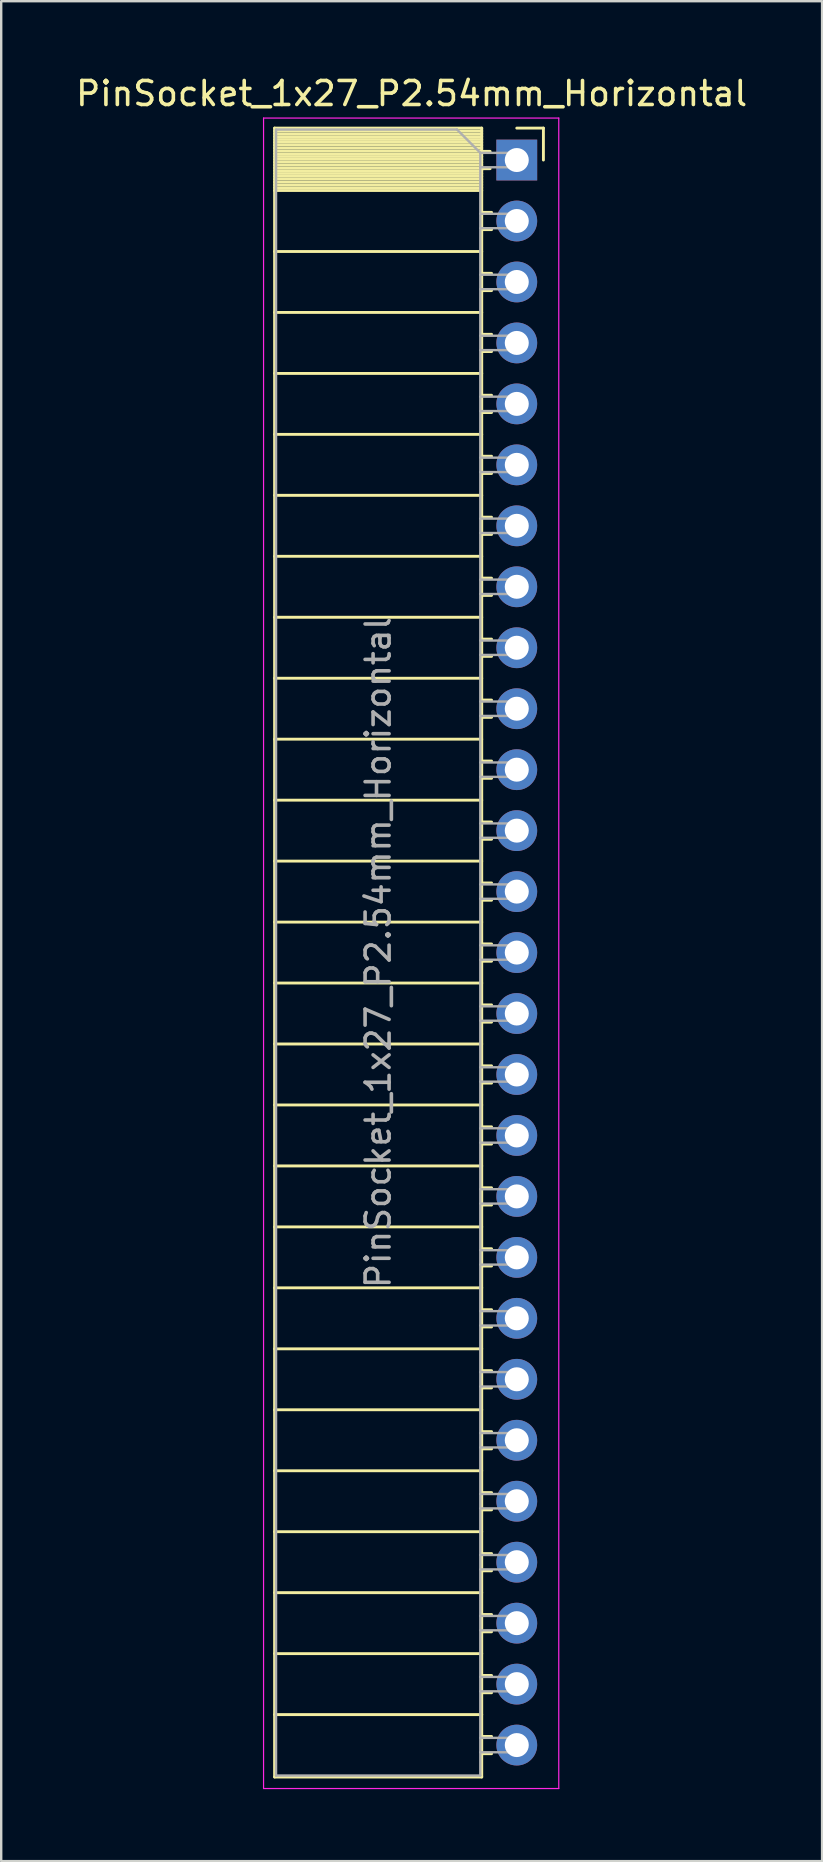
<source format=kicad_pcb>
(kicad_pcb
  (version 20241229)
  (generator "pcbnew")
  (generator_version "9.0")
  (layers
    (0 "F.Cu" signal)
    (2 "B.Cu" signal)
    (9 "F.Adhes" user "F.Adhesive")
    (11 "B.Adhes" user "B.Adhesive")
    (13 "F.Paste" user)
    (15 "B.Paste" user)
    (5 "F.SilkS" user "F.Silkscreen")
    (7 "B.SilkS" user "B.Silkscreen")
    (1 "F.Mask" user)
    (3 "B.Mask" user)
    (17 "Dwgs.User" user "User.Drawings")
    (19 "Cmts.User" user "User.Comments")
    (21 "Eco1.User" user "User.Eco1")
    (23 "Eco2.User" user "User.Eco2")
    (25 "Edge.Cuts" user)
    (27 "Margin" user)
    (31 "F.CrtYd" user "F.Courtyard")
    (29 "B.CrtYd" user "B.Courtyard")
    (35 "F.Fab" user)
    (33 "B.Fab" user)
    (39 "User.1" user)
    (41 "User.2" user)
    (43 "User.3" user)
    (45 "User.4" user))
  (footprint "PinSocket_1x27_P2.54mm_Horizontal"
    (layer "F.Cu")
    (at 18.481 3.618)
    (property "Reference" "PinSocket_1x27_P2.54mm_Horizontal" (at -4.38 -2.77 0) (layer "F.SilkS") (effects (font (size 1 1) (thickness 0.15))))
    (attr through_hole)
    (fp_line (start -10.09 -1.33) (end -10.09 67.37) (stroke (width 0.12) (type solid)) (layer "F.SilkS"))
    (fp_line (start -10.09 -1.33) (end -1.46 -1.33) (stroke (width 0.12) (type solid)) (layer "F.SilkS"))
    (fp_line (start -10.09 -1.21) (end -1.46 -1.21) (stroke (width 0.12) (type solid)) (layer "F.SilkS"))
    (fp_line (start -10.09 -1.092) (end -1.46 -1.092) (stroke (width 0.12) (type solid)) (layer "F.SilkS"))
    (fp_line (start -10.09 -0.974) (end -1.46 -0.974) (stroke (width 0.12) (type solid)) (layer "F.SilkS"))
    (fp_line (start -10.09 -0.856) (end -1.46 -0.856) (stroke (width 0.12) (type solid)) (layer "F.SilkS"))
    (fp_line (start -10.09 -0.738) (end -1.46 -0.738) (stroke (width 0.12) (type solid)) (layer "F.SilkS"))
    (fp_line (start -10.09 -0.62) (end -1.46 -0.62) (stroke (width 0.12) (type solid)) (layer "F.SilkS"))
    (fp_line (start -10.09 -0.501) (end -1.46 -0.501) (stroke (width 0.12) (type solid)) (layer "F.SilkS"))
    (fp_line (start -10.09 -0.383) (end -1.46 -0.383) (stroke (width 0.12) (type solid)) (layer "F.SilkS"))
    (fp_line (start -10.09 -0.265) (end -1.46 -0.265) (stroke (width 0.12) (type solid)) (layer "F.SilkS"))
    (fp_line (start -10.09 -0.147) (end -1.46 -0.147) (stroke (width 0.12) (type solid)) (layer "F.SilkS"))
    (fp_line (start -10.09 -0.029) (end -1.46 -0.029) (stroke (width 0.12) (type solid)) (layer "F.SilkS"))
    (fp_line (start -10.09 0.089) (end -1.46 0.089) (stroke (width 0.12) (type solid)) (layer "F.SilkS"))
    (fp_line (start -10.09 0.207) (end -1.46 0.207) (stroke (width 0.12) (type solid)) (layer "F.SilkS"))
    (fp_line (start -10.09 0.325) (end -1.46 0.325) (stroke (width 0.12) (type solid)) (layer "F.SilkS"))
    (fp_line (start -10.09 0.443) (end -1.46 0.443) (stroke (width 0.12) (type solid)) (layer "F.SilkS"))
    (fp_line (start -10.09 0.561) (end -1.46 0.561) (stroke (width 0.12) (type solid)) (layer "F.SilkS"))
    (fp_line (start -10.09 0.68) (end -1.46 0.68) (stroke (width 0.12) (type solid)) (layer "F.SilkS"))
    (fp_line (start -10.09 0.798) (end -1.46 0.798) (stroke (width 0.12) (type solid)) (layer "F.SilkS"))
    (fp_line (start -10.09 0.916) (end -1.46 0.916) (stroke (width 0.12) (type solid)) (layer "F.SilkS"))
    (fp_line (start -10.09 1.034) (end -1.46 1.034) (stroke (width 0.12) (type solid)) (layer "F.SilkS"))
    (fp_line (start -10.09 1.152) (end -1.46 1.152) (stroke (width 0.12) (type solid)) (layer "F.SilkS"))
    (fp_line (start -10.09 1.27) (end -1.46 1.27) (stroke (width 0.12) (type solid)) (layer "F.SilkS"))
    (fp_line (start -10.09 3.81) (end -1.46 3.81) (stroke (width 0.12) (type solid)) (layer "F.SilkS"))
    (fp_line (start -10.09 6.35) (end -1.46 6.35) (stroke (width 0.12) (type solid)) (layer "F.SilkS"))
    (fp_line (start -10.09 8.89) (end -1.46 8.89) (stroke (width 0.12) (type solid)) (layer "F.SilkS"))
    (fp_line (start -10.09 11.43) (end -1.46 11.43) (stroke (width 0.12) (type solid)) (layer "F.SilkS"))
    (fp_line (start -10.09 13.97) (end -1.46 13.97) (stroke (width 0.12) (type solid)) (layer "F.SilkS"))
    (fp_line (start -10.09 16.51) (end -1.46 16.51) (stroke (width 0.12) (type solid)) (layer "F.SilkS"))
    (fp_line (start -10.09 19.05) (end -1.46 19.05) (stroke (width 0.12) (type solid)) (layer "F.SilkS"))
    (fp_line (start -10.09 21.59) (end -1.46 21.59) (stroke (width 0.12) (type solid)) (layer "F.SilkS"))
    (fp_line (start -10.09 24.13) (end -1.46 24.13) (stroke (width 0.12) (type solid)) (layer "F.SilkS"))
    (fp_line (start -10.09 26.67) (end -1.46 26.67) (stroke (width 0.12) (type solid)) (layer "F.SilkS"))
    (fp_line (start -10.09 29.21) (end -1.46 29.21) (stroke (width 0.12) (type solid)) (layer "F.SilkS"))
    (fp_line (start -10.09 31.75) (end -1.46 31.75) (stroke (width 0.12) (type solid)) (layer "F.SilkS"))
    (fp_line (start -10.09 34.29) (end -1.46 34.29) (stroke (width 0.12) (type solid)) (layer "F.SilkS"))
    (fp_line (start -10.09 36.83) (end -1.46 36.83) (stroke (width 0.12) (type solid)) (layer "F.SilkS"))
    (fp_line (start -10.09 39.37) (end -1.46 39.37) (stroke (width 0.12) (type solid)) (layer "F.SilkS"))
    (fp_line (start -10.09 41.91) (end -1.46 41.91) (stroke (width 0.12) (type solid)) (layer "F.SilkS"))
    (fp_line (start -10.09 44.45) (end -1.46 44.45) (stroke (width 0.12) (type solid)) (layer "F.SilkS"))
    (fp_line (start -10.09 46.99) (end -1.46 46.99) (stroke (width 0.12) (type solid)) (layer "F.SilkS"))
    (fp_line (start -10.09 49.53) (end -1.46 49.53) (stroke (width 0.12) (type solid)) (layer "F.SilkS"))
    (fp_line (start -10.09 52.07) (end -1.46 52.07) (stroke (width 0.12) (type solid)) (layer "F.SilkS"))
    (fp_line (start -10.09 54.61) (end -1.46 54.61) (stroke (width 0.12) (type solid)) (layer "F.SilkS"))
    (fp_line (start -10.09 57.15) (end -1.46 57.15) (stroke (width 0.12) (type solid)) (layer "F.SilkS"))
    (fp_line (start -10.09 59.69) (end -1.46 59.69) (stroke (width 0.12) (type solid)) (layer "F.SilkS"))
    (fp_line (start -10.09 62.23) (end -1.46 62.23) (stroke (width 0.12) (type solid)) (layer "F.SilkS"))
    (fp_line (start -10.09 64.77) (end -1.46 64.77) (stroke (width 0.12) (type solid)) (layer "F.SilkS"))
    (fp_line (start -10.09 67.37) (end -1.46 67.37) (stroke (width 0.12) (type solid)) (layer "F.SilkS"))
    (fp_line (start -1.46 -1.33) (end -1.46 67.37) (stroke (width 0.12) (type solid)) (layer "F.SilkS"))
    (fp_line (start -1.46 -0.36) (end -1.11 -0.36) (stroke (width 0.12) (type solid)) (layer "F.SilkS"))
    (fp_line (start -1.46 0.36) (end -1.11 0.36) (stroke (width 0.12) (type solid)) (layer "F.SilkS"))
    (fp_line (start -1.46 2.18) (end -1.05 2.18) (stroke (width 0.12) (type solid)) (layer "F.SilkS"))
    (fp_line (start -1.46 2.9) (end -1.05 2.9) (stroke (width 0.12) (type solid)) (layer "F.SilkS"))
    (fp_line (start -1.46 4.72) (end -1.05 4.72) (stroke (width 0.12) (type solid)) (layer "F.SilkS"))
    (fp_line (start -1.46 5.44) (end -1.05 5.44) (stroke (width 0.12) (type solid)) (layer "F.SilkS"))
    (fp_line (start -1.46 7.26) (end -1.05 7.26) (stroke (width 0.12) (type solid)) (layer "F.SilkS"))
    (fp_line (start -1.46 7.98) (end -1.05 7.98) (stroke (width 0.12) (type solid)) (layer "F.SilkS"))
    (fp_line (start -1.46 9.8) (end -1.05 9.8) (stroke (width 0.12) (type solid)) (layer "F.SilkS"))
    (fp_line (start -1.46 10.52) (end -1.05 10.52) (stroke (width 0.12) (type solid)) (layer "F.SilkS"))
    (fp_line (start -1.46 12.34) (end -1.05 12.34) (stroke (width 0.12) (type solid)) (layer "F.SilkS"))
    (fp_line (start -1.46 13.06) (end -1.05 13.06) (stroke (width 0.12) (type solid)) (layer "F.SilkS"))
    (fp_line (start -1.46 14.88) (end -1.05 14.88) (stroke (width 0.12) (type solid)) (layer "F.SilkS"))
    (fp_line (start -1.46 15.6) (end -1.05 15.6) (stroke (width 0.12) (type solid)) (layer "F.SilkS"))
    (fp_line (start -1.46 17.42) (end -1.05 17.42) (stroke (width 0.12) (type solid)) (layer "F.SilkS"))
    (fp_line (start -1.46 18.14) (end -1.05 18.14) (stroke (width 0.12) (type solid)) (layer "F.SilkS"))
    (fp_line (start -1.46 19.96) (end -1.05 19.96) (stroke (width 0.12) (type solid)) (layer "F.SilkS"))
    (fp_line (start -1.46 20.68) (end -1.05 20.68) (stroke (width 0.12) (type solid)) (layer "F.SilkS"))
    (fp_line (start -1.46 22.5) (end -1.05 22.5) (stroke (width 0.12) (type solid)) (layer "F.SilkS"))
    (fp_line (start -1.46 23.22) (end -1.05 23.22) (stroke (width 0.12) (type solid)) (layer "F.SilkS"))
    (fp_line (start -1.46 25.04) (end -1.05 25.04) (stroke (width 0.12) (type solid)) (layer "F.SilkS"))
    (fp_line (start -1.46 25.76) (end -1.05 25.76) (stroke (width 0.12) (type solid)) (layer "F.SilkS"))
    (fp_line (start -1.46 27.58) (end -1.05 27.58) (stroke (width 0.12) (type solid)) (layer "F.SilkS"))
    (fp_line (start -1.46 28.3) (end -1.05 28.3) (stroke (width 0.12) (type solid)) (layer "F.SilkS"))
    (fp_line (start -1.46 30.12) (end -1.05 30.12) (stroke (width 0.12) (type solid)) (layer "F.SilkS"))
    (fp_line (start -1.46 30.84) (end -1.05 30.84) (stroke (width 0.12) (type solid)) (layer "F.SilkS"))
    (fp_line (start -1.46 32.66) (end -1.05 32.66) (stroke (width 0.12) (type solid)) (layer "F.SilkS"))
    (fp_line (start -1.46 33.38) (end -1.05 33.38) (stroke (width 0.12) (type solid)) (layer "F.SilkS"))
    (fp_line (start -1.46 35.2) (end -1.05 35.2) (stroke (width 0.12) (type solid)) (layer "F.SilkS"))
    (fp_line (start -1.46 35.92) (end -1.05 35.92) (stroke (width 0.12) (type solid)) (layer "F.SilkS"))
    (fp_line (start -1.46 37.74) (end -1.05 37.74) (stroke (width 0.12) (type solid)) (layer "F.SilkS"))
    (fp_line (start -1.46 38.46) (end -1.05 38.46) (stroke (width 0.12) (type solid)) (layer "F.SilkS"))
    (fp_line (start -1.46 40.28) (end -1.05 40.28) (stroke (width 0.12) (type solid)) (layer "F.SilkS"))
    (fp_line (start -1.46 41) (end -1.05 41) (stroke (width 0.12) (type solid)) (layer "F.SilkS"))
    (fp_line (start -1.46 42.82) (end -1.05 42.82) (stroke (width 0.12) (type solid)) (layer "F.SilkS"))
    (fp_line (start -1.46 43.54) (end -1.05 43.54) (stroke (width 0.12) (type solid)) (layer "F.SilkS"))
    (fp_line (start -1.46 45.36) (end -1.05 45.36) (stroke (width 0.12) (type solid)) (layer "F.SilkS"))
    (fp_line (start -1.46 46.08) (end -1.05 46.08) (stroke (width 0.12) (type solid)) (layer "F.SilkS"))
    (fp_line (start -1.46 47.9) (end -1.05 47.9) (stroke (width 0.12) (type solid)) (layer "F.SilkS"))
    (fp_line (start -1.46 48.62) (end -1.05 48.62) (stroke (width 0.12) (type solid)) (layer "F.SilkS"))
    (fp_line (start -1.46 50.44) (end -1.05 50.44) (stroke (width 0.12) (type solid)) (layer "F.SilkS"))
    (fp_line (start -1.46 51.16) (end -1.05 51.16) (stroke (width 0.12) (type solid)) (layer "F.SilkS"))
    (fp_line (start -1.46 52.98) (end -1.05 52.98) (stroke (width 0.12) (type solid)) (layer "F.SilkS"))
    (fp_line (start -1.46 53.7) (end -1.05 53.7) (stroke (width 0.12) (type solid)) (layer "F.SilkS"))
    (fp_line (start -1.46 55.52) (end -1.05 55.52) (stroke (width 0.12) (type solid)) (layer "F.SilkS"))
    (fp_line (start -1.46 56.24) (end -1.05 56.24) (stroke (width 0.12) (type solid)) (layer "F.SilkS"))
    (fp_line (start -1.46 58.06) (end -1.05 58.06) (stroke (width 0.12) (type solid)) (layer "F.SilkS"))
    (fp_line (start -1.46 58.78) (end -1.05 58.78) (stroke (width 0.12) (type solid)) (layer "F.SilkS"))
    (fp_line (start -1.46 60.6) (end -1.05 60.6) (stroke (width 0.12) (type solid)) (layer "F.SilkS"))
    (fp_line (start -1.46 61.32) (end -1.05 61.32) (stroke (width 0.12) (type solid)) (layer "F.SilkS"))
    (fp_line (start -1.46 63.14) (end -1.05 63.14) (stroke (width 0.12) (type solid)) (layer "F.SilkS"))
    (fp_line (start -1.46 63.86) (end -1.05 63.86) (stroke (width 0.12) (type solid)) (layer "F.SilkS"))
    (fp_line (start -1.46 65.68) (end -1.05 65.68) (stroke (width 0.12) (type solid)) (layer "F.SilkS"))
    (fp_line (start -1.46 66.4) (end -1.05 66.4) (stroke (width 0.12) (type solid)) (layer "F.SilkS"))
    (fp_line (start 0 -1.33) (end 1.11 -1.33) (stroke (width 0.12) (type solid)) (layer "F.SilkS"))
    (fp_line (start 1.11 -1.33) (end 1.11 0) (stroke (width 0.12) (type solid)) (layer "F.SilkS"))
    (fp_line (start -10.55 -1.75) (end -10.55 67.85) (stroke (width 0.05) (type solid)) (layer "F.CrtYd"))
    (fp_line (start -10.55 67.85) (end 1.75 67.85) (stroke (width 0.05) (type solid)) (layer "F.CrtYd"))
    (fp_line (start 1.75 -1.75) (end -10.55 -1.75) (stroke (width 0.05) (type solid)) (layer "F.CrtYd"))
    (fp_line (start 1.75 67.85) (end 1.75 -1.75) (stroke (width 0.05) (type solid)) (layer "F.CrtYd"))
    (fp_line (start -10.03 -1.27) (end -2.49 -1.27) (stroke (width 0.1) (type solid)) (layer "F.Fab"))
    (fp_line (start -10.03 67.31) (end -10.03 -1.27) (stroke (width 0.1) (type solid)) (layer "F.Fab"))
    (fp_line (start -2.49 -1.27) (end -1.52 -0.3) (stroke (width 0.1) (type solid)) (layer "F.Fab"))
    (fp_line (start -1.52 -0.3) (end -1.52 67.31) (stroke (width 0.1) (type solid)) (layer "F.Fab"))
    (fp_line (start -1.52 0.3) (end 0 0.3) (stroke (width 0.1) (type solid)) (layer "F.Fab"))
    (fp_line (start -1.52 2.84) (end 0 2.84) (stroke (width 0.1) (type solid)) (layer "F.Fab"))
    (fp_line (start -1.52 5.38) (end 0 5.38) (stroke (width 0.1) (type solid)) (layer "F.Fab"))
    (fp_line (start -1.52 7.92) (end 0 7.92) (stroke (width 0.1) (type solid)) (layer "F.Fab"))
    (fp_line (start -1.52 10.46) (end 0 10.46) (stroke (width 0.1) (type solid)) (layer "F.Fab"))
    (fp_line (start -1.52 13) (end 0 13) (stroke (width 0.1) (type solid)) (layer "F.Fab"))
    (fp_line (start -1.52 15.54) (end 0 15.54) (stroke (width 0.1) (type solid)) (layer "F.Fab"))
    (fp_line (start -1.52 18.08) (end 0 18.08) (stroke (width 0.1) (type solid)) (layer "F.Fab"))
    (fp_line (start -1.52 20.62) (end 0 20.62) (stroke (width 0.1) (type solid)) (layer "F.Fab"))
    (fp_line (start -1.52 23.16) (end 0 23.16) (stroke (width 0.1) (type solid)) (layer "F.Fab"))
    (fp_line (start -1.52 25.7) (end 0 25.7) (stroke (width 0.1) (type solid)) (layer "F.Fab"))
    (fp_line (start -1.52 28.24) (end 0 28.24) (stroke (width 0.1) (type solid)) (layer "F.Fab"))
    (fp_line (start -1.52 30.78) (end 0 30.78) (stroke (width 0.1) (type solid)) (layer "F.Fab"))
    (fp_line (start -1.52 33.32) (end 0 33.32) (stroke (width 0.1) (type solid)) (layer "F.Fab"))
    (fp_line (start -1.52 35.86) (end 0 35.86) (stroke (width 0.1) (type solid)) (layer "F.Fab"))
    (fp_line (start -1.52 38.4) (end 0 38.4) (stroke (width 0.1) (type solid)) (layer "F.Fab"))
    (fp_line (start -1.52 40.94) (end 0 40.94) (stroke (width 0.1) (type solid)) (layer "F.Fab"))
    (fp_line (start -1.52 43.48) (end 0 43.48) (stroke (width 0.1) (type solid)) (layer "F.Fab"))
    (fp_line (start -1.52 46.02) (end 0 46.02) (stroke (width 0.1) (type solid)) (layer "F.Fab"))
    (fp_line (start -1.52 48.56) (end 0 48.56) (stroke (width 0.1) (type solid)) (layer "F.Fab"))
    (fp_line (start -1.52 51.1) (end 0 51.1) (stroke (width 0.1) (type solid)) (layer "F.Fab"))
    (fp_line (start -1.52 53.64) (end 0 53.64) (stroke (width 0.1) (type solid)) (layer "F.Fab"))
    (fp_line (start -1.52 56.18) (end 0 56.18) (stroke (width 0.1) (type solid)) (layer "F.Fab"))
    (fp_line (start -1.52 58.72) (end 0 58.72) (stroke (width 0.1) (type solid)) (layer "F.Fab"))
    (fp_line (start -1.52 61.26) (end 0 61.26) (stroke (width 0.1) (type solid)) (layer "F.Fab"))
    (fp_line (start -1.52 63.8) (end 0 63.8) (stroke (width 0.1) (type solid)) (layer "F.Fab"))
    (fp_line (start -1.52 66.34) (end 0 66.34) (stroke (width 0.1) (type solid)) (layer "F.Fab"))
    (fp_line (start -1.52 67.31) (end -10.03 67.31) (stroke (width 0.1) (type solid)) (layer "F.Fab"))
    (fp_line (start 0 -0.3) (end -1.52 -0.3) (stroke (width 0.1) (type solid)) (layer "F.Fab"))
    (fp_line (start 0 0.3) (end 0 -0.3) (stroke (width 0.1) (type solid)) (layer "F.Fab"))
    (fp_line (start 0 2.24) (end -1.52 2.24) (stroke (width 0.1) (type solid)) (layer "F.Fab"))
    (fp_line (start 0 2.84) (end 0 2.24) (stroke (width 0.1) (type solid)) (layer "F.Fab"))
    (fp_line (start 0 4.78) (end -1.52 4.78) (stroke (width 0.1) (type solid)) (layer "F.Fab"))
    (fp_line (start 0 5.38) (end 0 4.78) (stroke (width 0.1) (type solid)) (layer "F.Fab"))
    (fp_line (start 0 7.32) (end -1.52 7.32) (stroke (width 0.1) (type solid)) (layer "F.Fab"))
    (fp_line (start 0 7.92) (end 0 7.32) (stroke (width 0.1) (type solid)) (layer "F.Fab"))
    (fp_line (start 0 9.86) (end -1.52 9.86) (stroke (width 0.1) (type solid)) (layer "F.Fab"))
    (fp_line (start 0 10.46) (end 0 9.86) (stroke (width 0.1) (type solid)) (layer "F.Fab"))
    (fp_line (start 0 12.4) (end -1.52 12.4) (stroke (width 0.1) (type solid)) (layer "F.Fab"))
    (fp_line (start 0 13) (end 0 12.4) (stroke (width 0.1) (type solid)) (layer "F.Fab"))
    (fp_line (start 0 14.94) (end -1.52 14.94) (stroke (width 0.1) (type solid)) (layer "F.Fab"))
    (fp_line (start 0 15.54) (end 0 14.94) (stroke (width 0.1) (type solid)) (layer "F.Fab"))
    (fp_line (start 0 17.48) (end -1.52 17.48) (stroke (width 0.1) (type solid)) (layer "F.Fab"))
    (fp_line (start 0 18.08) (end 0 17.48) (stroke (width 0.1) (type solid)) (layer "F.Fab"))
    (fp_line (start 0 20.02) (end -1.52 20.02) (stroke (width 0.1) (type solid)) (layer "F.Fab"))
    (fp_line (start 0 20.62) (end 0 20.02) (stroke (width 0.1) (type solid)) (layer "F.Fab"))
    (fp_line (start 0 22.56) (end -1.52 22.56) (stroke (width 0.1) (type solid)) (layer "F.Fab"))
    (fp_line (start 0 23.16) (end 0 22.56) (stroke (width 0.1) (type solid)) (layer "F.Fab"))
    (fp_line (start 0 25.1) (end -1.52 25.1) (stroke (width 0.1) (type solid)) (layer "F.Fab"))
    (fp_line (start 0 25.7) (end 0 25.1) (stroke (width 0.1) (type solid)) (layer "F.Fab"))
    (fp_line (start 0 27.64) (end -1.52 27.64) (stroke (width 0.1) (type solid)) (layer "F.Fab"))
    (fp_line (start 0 28.24) (end 0 27.64) (stroke (width 0.1) (type solid)) (layer "F.Fab"))
    (fp_line (start 0 30.18) (end -1.52 30.18) (stroke (width 0.1) (type solid)) (layer "F.Fab"))
    (fp_line (start 0 30.78) (end 0 30.18) (stroke (width 0.1) (type solid)) (layer "F.Fab"))
    (fp_line (start 0 32.72) (end -1.52 32.72) (stroke (width 0.1) (type solid)) (layer "F.Fab"))
    (fp_line (start 0 33.32) (end 0 32.72) (stroke (width 0.1) (type solid)) (layer "F.Fab"))
    (fp_line (start 0 35.26) (end -1.52 35.26) (stroke (width 0.1) (type solid)) (layer "F.Fab"))
    (fp_line (start 0 35.86) (end 0 35.26) (stroke (width 0.1) (type solid)) (layer "F.Fab"))
    (fp_line (start 0 37.8) (end -1.52 37.8) (stroke (width 0.1) (type solid)) (layer "F.Fab"))
    (fp_line (start 0 38.4) (end 0 37.8) (stroke (width 0.1) (type solid)) (layer "F.Fab"))
    (fp_line (start 0 40.34) (end -1.52 40.34) (stroke (width 0.1) (type solid)) (layer "F.Fab"))
    (fp_line (start 0 40.94) (end 0 40.34) (stroke (width 0.1) (type solid)) (layer "F.Fab"))
    (fp_line (start 0 42.88) (end -1.52 42.88) (stroke (width 0.1) (type solid)) (layer "F.Fab"))
    (fp_line (start 0 43.48) (end 0 42.88) (stroke (width 0.1) (type solid)) (layer "F.Fab"))
    (fp_line (start 0 45.42) (end -1.52 45.42) (stroke (width 0.1) (type solid)) (layer "F.Fab"))
    (fp_line (start 0 46.02) (end 0 45.42) (stroke (width 0.1) (type solid)) (layer "F.Fab"))
    (fp_line (start 0 47.96) (end -1.52 47.96) (stroke (width 0.1) (type solid)) (layer "F.Fab"))
    (fp_line (start 0 48.56) (end 0 47.96) (stroke (width 0.1) (type solid)) (layer "F.Fab"))
    (fp_line (start 0 50.5) (end -1.52 50.5) (stroke (width 0.1) (type solid)) (layer "F.Fab"))
    (fp_line (start 0 51.1) (end 0 50.5) (stroke (width 0.1) (type solid)) (layer "F.Fab"))
    (fp_line (start 0 53.04) (end -1.52 53.04) (stroke (width 0.1) (type solid)) (layer "F.Fab"))
    (fp_line (start 0 53.64) (end 0 53.04) (stroke (width 0.1) (type solid)) (layer "F.Fab"))
    (fp_line (start 0 55.58) (end -1.52 55.58) (stroke (width 0.1) (type solid)) (layer "F.Fab"))
    (fp_line (start 0 56.18) (end 0 55.58) (stroke (width 0.1) (type solid)) (layer "F.Fab"))
    (fp_line (start 0 58.12) (end -1.52 58.12) (stroke (width 0.1) (type solid)) (layer "F.Fab"))
    (fp_line (start 0 58.72) (end 0 58.12) (stroke (width 0.1) (type solid)) (layer "F.Fab"))
    (fp_line (start 0 60.66) (end -1.52 60.66) (stroke (width 0.1) (type solid)) (layer "F.Fab"))
    (fp_line (start 0 61.26) (end 0 60.66) (stroke (width 0.1) (type solid)) (layer "F.Fab"))
    (fp_line (start 0 63.2) (end -1.52 63.2) (stroke (width 0.1) (type solid)) (layer "F.Fab"))
    (fp_line (start 0 63.8) (end 0 63.2) (stroke (width 0.1) (type solid)) (layer "F.Fab"))
    (fp_line (start 0 65.74) (end -1.52 65.74) (stroke (width 0.1) (type solid)) (layer "F.Fab"))
    (fp_line (start 0 66.34) (end 0 65.74) (stroke (width 0.1) (type solid)) (layer "F.Fab"))
    (fp_text user "${REFERENCE}" (at -5.775 33.02 90) (layer "F.Fab") (effects (font (size 1 1) (thickness 0.15))))
    (pad "1" thru_hole rect (at 0 0) (size 1.7 1.7) (drill 1) (layers "*.Cu" "*.Mask"))
    (pad "2" thru_hole circle (at 0 2.54) (size 1.7 1.7) (drill 1) (layers "*.Cu" "*.Mask"))
    (pad "3" thru_hole circle (at 0 5.08) (size 1.7 1.7) (drill 1) (layers "*.Cu" "*.Mask"))
    (pad "4" thru_hole circle (at 0 7.62) (size 1.7 1.7) (drill 1) (layers "*.Cu" "*.Mask"))
    (pad "5" thru_hole circle (at 0 10.16) (size 1.7 1.7) (drill 1) (layers "*.Cu" "*.Mask"))
    (pad "6" thru_hole circle (at 0 12.7) (size 1.7 1.7) (drill 1) (layers "*.Cu" "*.Mask"))
    (pad "7" thru_hole circle (at 0 15.24) (size 1.7 1.7) (drill 1) (layers "*.Cu" "*.Mask"))
    (pad "8" thru_hole circle (at 0 17.78) (size 1.7 1.7) (drill 1) (layers "*.Cu" "*.Mask"))
    (pad "9" thru_hole circle (at 0 20.32) (size 1.7 1.7) (drill 1) (layers "*.Cu" "*.Mask"))
    (pad "10" thru_hole circle (at 0 22.86) (size 1.7 1.7) (drill 1) (layers "*.Cu" "*.Mask"))
    (pad "11" thru_hole circle (at 0 25.4) (size 1.7 1.7) (drill 1) (layers "*.Cu" "*.Mask"))
    (pad "12" thru_hole circle (at 0 27.94) (size 1.7 1.7) (drill 1) (layers "*.Cu" "*.Mask"))
    (pad "13" thru_hole circle (at 0 30.48) (size 1.7 1.7) (drill 1) (layers "*.Cu" "*.Mask"))
    (pad "14" thru_hole circle (at 0 33.02) (size 1.7 1.7) (drill 1) (layers "*.Cu" "*.Mask"))
    (pad "15" thru_hole circle (at 0 35.56) (size 1.7 1.7) (drill 1) (layers "*.Cu" "*.Mask"))
    (pad "16" thru_hole circle (at 0 38.1) (size 1.7 1.7) (drill 1) (layers "*.Cu" "*.Mask"))
    (pad "17" thru_hole circle (at 0 40.64) (size 1.7 1.7) (drill 1) (layers "*.Cu" "*.Mask"))
    (pad "18" thru_hole circle (at 0 43.18) (size 1.7 1.7) (drill 1) (layers "*.Cu" "*.Mask"))
    (pad "19" thru_hole circle (at 0 45.72) (size 1.7 1.7) (drill 1) (layers "*.Cu" "*.Mask"))
    (pad "20" thru_hole circle (at 0 48.26) (size 1.7 1.7) (drill 1) (layers "*.Cu" "*.Mask"))
    (pad "21" thru_hole circle (at 0 50.8) (size 1.7 1.7) (drill 1) (layers "*.Cu" "*.Mask"))
    (pad "22" thru_hole circle (at 0 53.34) (size 1.7 1.7) (drill 1) (layers "*.Cu" "*.Mask"))
    (pad "23" thru_hole circle (at 0 55.88) (size 1.7 1.7) (drill 1) (layers "*.Cu" "*.Mask"))
    (pad "24" thru_hole circle (at 0 58.42) (size 1.7 1.7) (drill 1) (layers "*.Cu" "*.Mask"))
    (pad "25" thru_hole circle (at 0 60.96) (size 1.7 1.7) (drill 1) (layers "*.Cu" "*.Mask"))
    (pad "26" thru_hole circle (at 0 63.5) (size 1.7 1.7) (drill 1) (layers "*.Cu" "*.Mask"))
    (pad "27" thru_hole circle (at 0 66.04) (size 1.7 1.7) (drill 1) (layers "*.Cu" "*.Mask")))
  (gr_rect
    (start -3 -3)
    (end 31.202 74.493)
    (stroke (width 0.1) (type default))
    (fill no)
    (layer "Edge.Cuts")))
</source>
